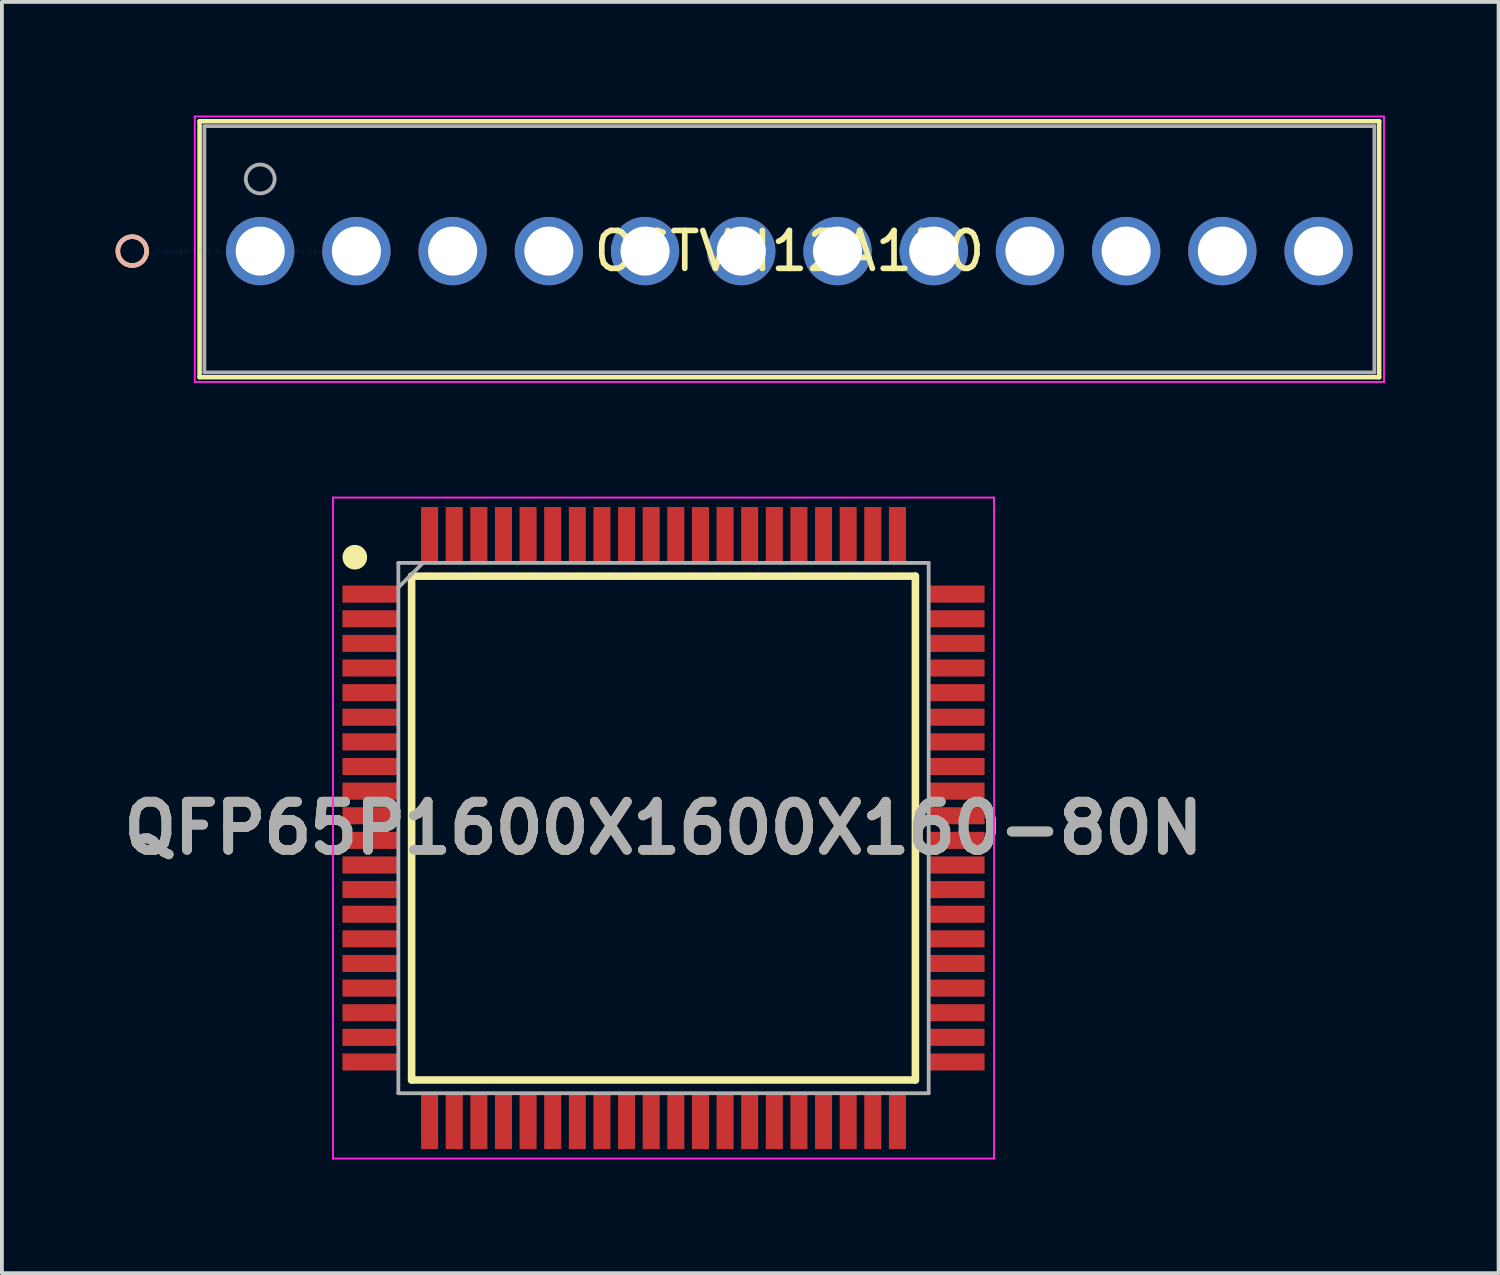
<source format=kicad_pcb>
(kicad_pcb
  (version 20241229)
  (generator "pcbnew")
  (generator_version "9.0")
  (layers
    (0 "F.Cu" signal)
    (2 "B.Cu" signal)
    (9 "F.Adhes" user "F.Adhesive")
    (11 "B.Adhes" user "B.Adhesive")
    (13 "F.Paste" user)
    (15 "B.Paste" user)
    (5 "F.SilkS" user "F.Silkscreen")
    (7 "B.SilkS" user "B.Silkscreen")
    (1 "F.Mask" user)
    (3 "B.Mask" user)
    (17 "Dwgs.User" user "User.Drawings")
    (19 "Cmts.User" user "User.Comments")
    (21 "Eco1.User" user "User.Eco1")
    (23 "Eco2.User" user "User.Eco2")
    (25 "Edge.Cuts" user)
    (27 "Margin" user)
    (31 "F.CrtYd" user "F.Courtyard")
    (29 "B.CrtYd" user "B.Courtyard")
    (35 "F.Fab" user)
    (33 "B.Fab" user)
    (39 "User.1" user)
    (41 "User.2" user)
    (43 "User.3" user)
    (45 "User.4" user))
  (footprint "QFP65P1600X1600X160-80N"
    (layer "F.Cu")
    (at 14.466 18.81)
    (property "Reference" "QFP65P1600X1600X160-80N" (at 0 0 0) (layer "F.SilkS") (effects (font (size 1.27 1.27) (thickness 0.254))))
    (attr smd)
    (fp_line (start -6.65 -6.65) (end 6.65 -6.65) (stroke (width 0.2) (type solid)) (layer "F.SilkS"))
    (fp_line (start -6.65 6.65) (end -6.65 -6.65) (stroke (width 0.2) (type solid)) (layer "F.SilkS"))
    (fp_line (start 6.65 -6.65) (end 6.65 6.65) (stroke (width 0.2) (type solid)) (layer "F.SilkS"))
    (fp_line (start 6.65 6.65) (end -6.65 6.65) (stroke (width 0.2) (type solid)) (layer "F.SilkS"))
    (fp_circle (center -8.149 -7.15) (end -8.149 -6.987) (stroke (width 0.325) (type solid)) (fill no) (layer "F.SilkS"))
    (fp_line (start -8.725 -8.725) (end 8.725 -8.725) (stroke (width 0.05) (type solid)) (layer "F.CrtYd"))
    (fp_line (start -8.725 8.725) (end -8.725 -8.725) (stroke (width 0.05) (type solid)) (layer "F.CrtYd"))
    (fp_line (start 8.725 -8.725) (end 8.725 8.725) (stroke (width 0.05) (type solid)) (layer "F.CrtYd"))
    (fp_line (start 8.725 8.725) (end -8.725 8.725) (stroke (width 0.05) (type solid)) (layer "F.CrtYd"))
    (fp_line (start -7 -7) (end 7 -7) (stroke (width 0.1) (type solid)) (layer "F.Fab"))
    (fp_line (start -7 -6.35) (end -6.35 -7) (stroke (width 0.1) (type solid)) (layer "F.Fab"))
    (fp_line (start -7 7) (end -7 -7) (stroke (width 0.1) (type solid)) (layer "F.Fab"))
    (fp_line (start 7 -7) (end 7 7) (stroke (width 0.1) (type solid)) (layer "F.Fab"))
    (fp_line (start 7 7) (end -7 7) (stroke (width 0.1) (type solid)) (layer "F.Fab"))
    (fp_text user "${REFERENCE}" (at 0 0 0) (layer "F.Fab") (effects (font (size 1.27 1.27) (thickness 0.254))))
    (pad "1" smd rect (at -7.738 -6.175 90) (size 0.45 1.475) (layers "F.Cu" "F.Mask" "F.Paste"))
    (pad "2" smd rect (at -7.738 -5.525 90) (size 0.45 1.475) (layers "F.Cu" "F.Mask" "F.Paste"))
    (pad "3" smd rect (at -7.738 -4.875 90) (size 0.45 1.475) (layers "F.Cu" "F.Mask" "F.Paste"))
    (pad "4" smd rect (at -7.738 -4.225 90) (size 0.45 1.475) (layers "F.Cu" "F.Mask" "F.Paste"))
    (pad "5" smd rect (at -7.738 -3.575 90) (size 0.45 1.475) (layers "F.Cu" "F.Mask" "F.Paste"))
    (pad "6" smd rect (at -7.738 -2.925 90) (size 0.45 1.475) (layers "F.Cu" "F.Mask" "F.Paste"))
    (pad "7" smd rect (at -7.738 -2.275 90) (size 0.45 1.475) (layers "F.Cu" "F.Mask" "F.Paste"))
    (pad "8" smd rect (at -7.738 -1.625 90) (size 0.45 1.475) (layers "F.Cu" "F.Mask" "F.Paste"))
    (pad "9" smd rect (at -7.738 -0.975 90) (size 0.45 1.475) (layers "F.Cu" "F.Mask" "F.Paste"))
    (pad "10" smd rect (at -7.738 -0.325 90) (size 0.45 1.475) (layers "F.Cu" "F.Mask" "F.Paste"))
    (pad "11" smd rect (at -7.738 0.325 90) (size 0.45 1.475) (layers "F.Cu" "F.Mask" "F.Paste"))
    (pad "12" smd rect (at -7.738 0.975 90) (size 0.45 1.475) (layers "F.Cu" "F.Mask" "F.Paste"))
    (pad "13" smd rect (at -7.738 1.625 90) (size 0.45 1.475) (layers "F.Cu" "F.Mask" "F.Paste"))
    (pad "14" smd rect (at -7.738 2.275 90) (size 0.45 1.475) (layers "F.Cu" "F.Mask" "F.Paste"))
    (pad "15" smd rect (at -7.738 2.925 90) (size 0.45 1.475) (layers "F.Cu" "F.Mask" "F.Paste"))
    (pad "16" smd rect (at -7.738 3.575 90) (size 0.45 1.475) (layers "F.Cu" "F.Mask" "F.Paste"))
    (pad "17" smd rect (at -7.738 4.225 90) (size 0.45 1.475) (layers "F.Cu" "F.Mask" "F.Paste"))
    (pad "18" smd rect (at -7.738 4.875 90) (size 0.45 1.475) (layers "F.Cu" "F.Mask" "F.Paste"))
    (pad "19" smd rect (at -7.738 5.525 90) (size 0.45 1.475) (layers "F.Cu" "F.Mask" "F.Paste"))
    (pad "20" smd rect (at -7.738 6.175 90) (size 0.45 1.475) (layers "F.Cu" "F.Mask" "F.Paste"))
    (pad "21" smd rect (at -6.175 7.738) (size 0.45 1.475) (layers "F.Cu" "F.Mask" "F.Paste"))
    (pad "22" smd rect (at -5.525 7.738) (size 0.45 1.475) (layers "F.Cu" "F.Mask" "F.Paste"))
    (pad "23" smd rect (at -4.875 7.738) (size 0.45 1.475) (layers "F.Cu" "F.Mask" "F.Paste"))
    (pad "24" smd rect (at -4.225 7.738) (size 0.45 1.475) (layers "F.Cu" "F.Mask" "F.Paste"))
    (pad "25" smd rect (at -3.575 7.738) (size 0.45 1.475) (layers "F.Cu" "F.Mask" "F.Paste"))
    (pad "26" smd rect (at -2.925 7.738) (size 0.45 1.475) (layers "F.Cu" "F.Mask" "F.Paste"))
    (pad "27" smd rect (at -2.275 7.738) (size 0.45 1.475) (layers "F.Cu" "F.Mask" "F.Paste"))
    (pad "28" smd rect (at -1.625 7.738) (size 0.45 1.475) (layers "F.Cu" "F.Mask" "F.Paste"))
    (pad "29" smd rect (at -0.975 7.738) (size 0.45 1.475) (layers "F.Cu" "F.Mask" "F.Paste"))
    (pad "30" smd rect (at -0.325 7.738) (size 0.45 1.475) (layers "F.Cu" "F.Mask" "F.Paste"))
    (pad "31" smd rect (at 0.325 7.738) (size 0.45 1.475) (layers "F.Cu" "F.Mask" "F.Paste"))
    (pad "32" smd rect (at 0.975 7.738) (size 0.45 1.475) (layers "F.Cu" "F.Mask" "F.Paste"))
    (pad "33" smd rect (at 1.625 7.738) (size 0.45 1.475) (layers "F.Cu" "F.Mask" "F.Paste"))
    (pad "34" smd rect (at 2.275 7.738) (size 0.45 1.475) (layers "F.Cu" "F.Mask" "F.Paste"))
    (pad "35" smd rect (at 2.925 7.738) (size 0.45 1.475) (layers "F.Cu" "F.Mask" "F.Paste"))
    (pad "36" smd rect (at 3.575 7.738) (size 0.45 1.475) (layers "F.Cu" "F.Mask" "F.Paste"))
    (pad "37" smd rect (at 4.225 7.738) (size 0.45 1.475) (layers "F.Cu" "F.Mask" "F.Paste"))
    (pad "38" smd rect (at 4.875 7.738) (size 0.45 1.475) (layers "F.Cu" "F.Mask" "F.Paste"))
    (pad "39" smd rect (at 5.525 7.738) (size 0.45 1.475) (layers "F.Cu" "F.Mask" "F.Paste"))
    (pad "40" smd rect (at 6.175 7.738) (size 0.45 1.475) (layers "F.Cu" "F.Mask" "F.Paste"))
    (pad "41" smd rect (at 7.738 6.175 90) (size 0.45 1.475) (layers "F.Cu" "F.Mask" "F.Paste"))
    (pad "42" smd rect (at 7.738 5.525 90) (size 0.45 1.475) (layers "F.Cu" "F.Mask" "F.Paste"))
    (pad "43" smd rect (at 7.738 4.875 90) (size 0.45 1.475) (layers "F.Cu" "F.Mask" "F.Paste"))
    (pad "44" smd rect (at 7.738 4.225 90) (size 0.45 1.475) (layers "F.Cu" "F.Mask" "F.Paste"))
    (pad "45" smd rect (at 7.738 3.575 90) (size 0.45 1.475) (layers "F.Cu" "F.Mask" "F.Paste"))
    (pad "46" smd rect (at 7.738 2.925 90) (size 0.45 1.475) (layers "F.Cu" "F.Mask" "F.Paste"))
    (pad "47" smd rect (at 7.738 2.275 90) (size 0.45 1.475) (layers "F.Cu" "F.Mask" "F.Paste"))
    (pad "48" smd rect (at 7.738 1.625 90) (size 0.45 1.475) (layers "F.Cu" "F.Mask" "F.Paste"))
    (pad "49" smd rect (at 7.738 0.975 90) (size 0.45 1.475) (layers "F.Cu" "F.Mask" "F.Paste"))
    (pad "50" smd rect (at 7.738 0.325 90) (size 0.45 1.475) (layers "F.Cu" "F.Mask" "F.Paste"))
    (pad "51" smd rect (at 7.738 -0.325 90) (size 0.45 1.475) (layers "F.Cu" "F.Mask" "F.Paste"))
    (pad "52" smd rect (at 7.738 -0.975 90) (size 0.45 1.475) (layers "F.Cu" "F.Mask" "F.Paste"))
    (pad "53" smd rect (at 7.738 -1.625 90) (size 0.45 1.475) (layers "F.Cu" "F.Mask" "F.Paste"))
    (pad "54" smd rect (at 7.738 -2.275 90) (size 0.45 1.475) (layers "F.Cu" "F.Mask" "F.Paste"))
    (pad "55" smd rect (at 7.738 -2.925 90) (size 0.45 1.475) (layers "F.Cu" "F.Mask" "F.Paste"))
    (pad "56" smd rect (at 7.738 -3.575 90) (size 0.45 1.475) (layers "F.Cu" "F.Mask" "F.Paste"))
    (pad "57" smd rect (at 7.738 -4.225 90) (size 0.45 1.475) (layers "F.Cu" "F.Mask" "F.Paste"))
    (pad "58" smd rect (at 7.738 -4.875 90) (size 0.45 1.475) (layers "F.Cu" "F.Mask" "F.Paste"))
    (pad "59" smd rect (at 7.738 -5.525 90) (size 0.45 1.475) (layers "F.Cu" "F.Mask" "F.Paste"))
    (pad "60" smd rect (at 7.738 -6.175 90) (size 0.45 1.475) (layers "F.Cu" "F.Mask" "F.Paste"))
    (pad "61" smd rect (at 6.175 -7.738) (size 0.45 1.475) (layers "F.Cu" "F.Mask" "F.Paste"))
    (pad "62" smd rect (at 5.525 -7.738) (size 0.45 1.475) (layers "F.Cu" "F.Mask" "F.Paste"))
    (pad "63" smd rect (at 4.875 -7.738) (size 0.45 1.475) (layers "F.Cu" "F.Mask" "F.Paste"))
    (pad "64" smd rect (at 4.225 -7.738) (size 0.45 1.475) (layers "F.Cu" "F.Mask" "F.Paste"))
    (pad "65" smd rect (at 3.575 -7.738) (size 0.45 1.475) (layers "F.Cu" "F.Mask" "F.Paste"))
    (pad "66" smd rect (at 2.925 -7.738) (size 0.45 1.475) (layers "F.Cu" "F.Mask" "F.Paste"))
    (pad "67" smd rect (at 2.275 -7.738) (size 0.45 1.475) (layers "F.Cu" "F.Mask" "F.Paste"))
    (pad "68" smd rect (at 1.625 -7.738) (size 0.45 1.475) (layers "F.Cu" "F.Mask" "F.Paste"))
    (pad "69" smd rect (at 0.975 -7.738) (size 0.45 1.475) (layers "F.Cu" "F.Mask" "F.Paste"))
    (pad "70" smd rect (at 0.325 -7.738) (size 0.45 1.475) (layers "F.Cu" "F.Mask" "F.Paste"))
    (pad "71" smd rect (at -0.325 -7.738) (size 0.45 1.475) (layers "F.Cu" "F.Mask" "F.Paste"))
    (pad "72" smd rect (at -0.975 -7.738) (size 0.45 1.475) (layers "F.Cu" "F.Mask" "F.Paste"))
    (pad "73" smd rect (at -1.625 -7.738) (size 0.45 1.475) (layers "F.Cu" "F.Mask" "F.Paste"))
    (pad "74" smd rect (at -2.275 -7.738) (size 0.45 1.475) (layers "F.Cu" "F.Mask" "F.Paste"))
    (pad "75" smd rect (at -2.925 -7.738) (size 0.45 1.475) (layers "F.Cu" "F.Mask" "F.Paste"))
    (pad "76" smd rect (at -3.575 -7.738) (size 0.45 1.475) (layers "F.Cu" "F.Mask" "F.Paste"))
    (pad "77" smd rect (at -4.225 -7.738) (size 0.45 1.475) (layers "F.Cu" "F.Mask" "F.Paste"))
    (pad "78" smd rect (at -4.875 -7.738) (size 0.45 1.475) (layers "F.Cu" "F.Mask" "F.Paste"))
    (pad "79" smd rect (at -5.525 -7.738) (size 0.45 1.475) (layers "F.Cu" "F.Mask" "F.Paste"))
    (pad "80" smd rect (at -6.175 -7.738) (size 0.45 1.475) (layers "F.Cu" "F.Mask" "F.Paste")))
  (footprint "OSTVN12A150"
    (layer "F.Cu")
    (at 3.819 3.579)
    (property "Reference" "OSTVN12A150" (at 13.97 0 0) (layer "F.SilkS") (effects (font (size 1 1) (thickness 0.15))))
    (attr through_hole)
    (fp_line (start -1.6 -3.427) (end -1.6 3.329) (stroke (width 0.12) (type solid)) (layer "F.SilkS"))
    (fp_line (start -1.6 3.329) (end 29.54 3.329) (stroke (width 0.12) (type solid)) (layer "F.SilkS"))
    (fp_line (start 29.54 -3.427) (end -1.6 -3.427) (stroke (width 0.12) (type solid)) (layer "F.SilkS"))
    (fp_line (start 29.54 3.329) (end 29.54 -3.427) (stroke (width 0.12) (type solid)) (layer "F.SilkS"))
    (fp_circle (center -3.378 0) (end -2.997 0) (stroke (width 0.12) (type solid)) (fill no) (layer "F.SilkS"))
    (fp_circle (center -3.378 0) (end -2.997 0) (stroke (width 0.12) (type solid)) (fill no) (layer "B.SilkS"))
    (fp_line (start -1.727 -3.554) (end -1.727 3.456) (stroke (width 0.05) (type solid)) (layer "F.CrtYd"))
    (fp_line (start -1.727 3.456) (end 29.667 3.456) (stroke (width 0.05) (type solid)) (layer "F.CrtYd"))
    (fp_line (start 29.667 -3.554) (end -1.727 -3.554) (stroke (width 0.05) (type solid)) (layer "F.CrtYd"))
    (fp_line (start 29.667 3.456) (end 29.667 -3.554) (stroke (width 0.05) (type solid)) (layer "F.CrtYd"))
    (fp_line (start -1.473 -3.3) (end -1.473 3.202) (stroke (width 0.1) (type solid)) (layer "F.Fab"))
    (fp_line (start -1.473 3.202) (end 29.413 3.202) (stroke (width 0.1) (type solid)) (layer "F.Fab"))
    (fp_line (start 29.413 -3.3) (end -1.473 -3.3) (stroke (width 0.1) (type solid)) (layer "F.Fab"))
    (fp_line (start 29.413 3.202) (end 29.413 -3.3) (stroke (width 0.1) (type solid)) (layer "F.Fab"))
    (fp_circle (center 0 -1.905) (end 0.381 -1.905) (stroke (width 0.1) (type solid)) (fill no) (layer "F.Fab"))
    (fp_text user "*" (at 0 0 0) (layer "F.SilkS") (effects (font (size 1 1) (thickness 0.15))))
    (fp_text user "Copyright 2021 Accelerated Designs. All rights reserved." (at 0 0 0) (layer "Cmts.User") (effects (font (size 0.127 0.127) (thickness 0.002))))
    (fp_text user "*" (at 0 0 0) (layer "F.Fab") (effects (font (size 1 1) (thickness 0.15))))
    (pad "1" thru_hole circle (at 0 0) (size 1.803 1.803) (drill 1.295) (layers "*.Cu" "*.Mask"))
    (pad "2" thru_hole circle (at 2.54 0) (size 1.803 1.803) (drill 1.295) (layers "*.Cu" "*.Mask"))
    (pad "3" thru_hole circle (at 5.08 0) (size 1.803 1.803) (drill 1.295) (layers "*.Cu" "*.Mask"))
    (pad "4" thru_hole circle (at 7.62 0) (size 1.803 1.803) (drill 1.295) (layers "*.Cu" "*.Mask"))
    (pad "5" thru_hole circle (at 10.16 0) (size 1.803 1.803) (drill 1.295) (layers "*.Cu" "*.Mask"))
    (pad "6" thru_hole circle (at 12.7 0) (size 1.803 1.803) (drill 1.295) (layers "*.Cu" "*.Mask"))
    (pad "7" thru_hole circle (at 15.24 0) (size 1.803 1.803) (drill 1.295) (layers "*.Cu" "*.Mask"))
    (pad "8" thru_hole circle (at 17.78 0) (size 1.803 1.803) (drill 1.295) (layers "*.Cu" "*.Mask"))
    (pad "9" thru_hole circle (at 20.32 0) (size 1.803 1.803) (drill 1.295) (layers "*.Cu" "*.Mask"))
    (pad "10" thru_hole circle (at 22.86 0) (size 1.803 1.803) (drill 1.295) (layers "*.Cu" "*.Mask"))
    (pad "11" thru_hole circle (at 25.4 0) (size 1.803 1.803) (drill 1.295) (layers "*.Cu" "*.Mask"))
    (pad "12" thru_hole circle (at 27.94 0) (size 1.803 1.803) (drill 1.295) (layers "*.Cu" "*.Mask")))
  (gr_rect
    (start -3 -3)
    (end 36.511 30.56)
    (stroke (width 0.1) (type default))
    (fill no)
    (layer "Edge.Cuts")))
</source>
